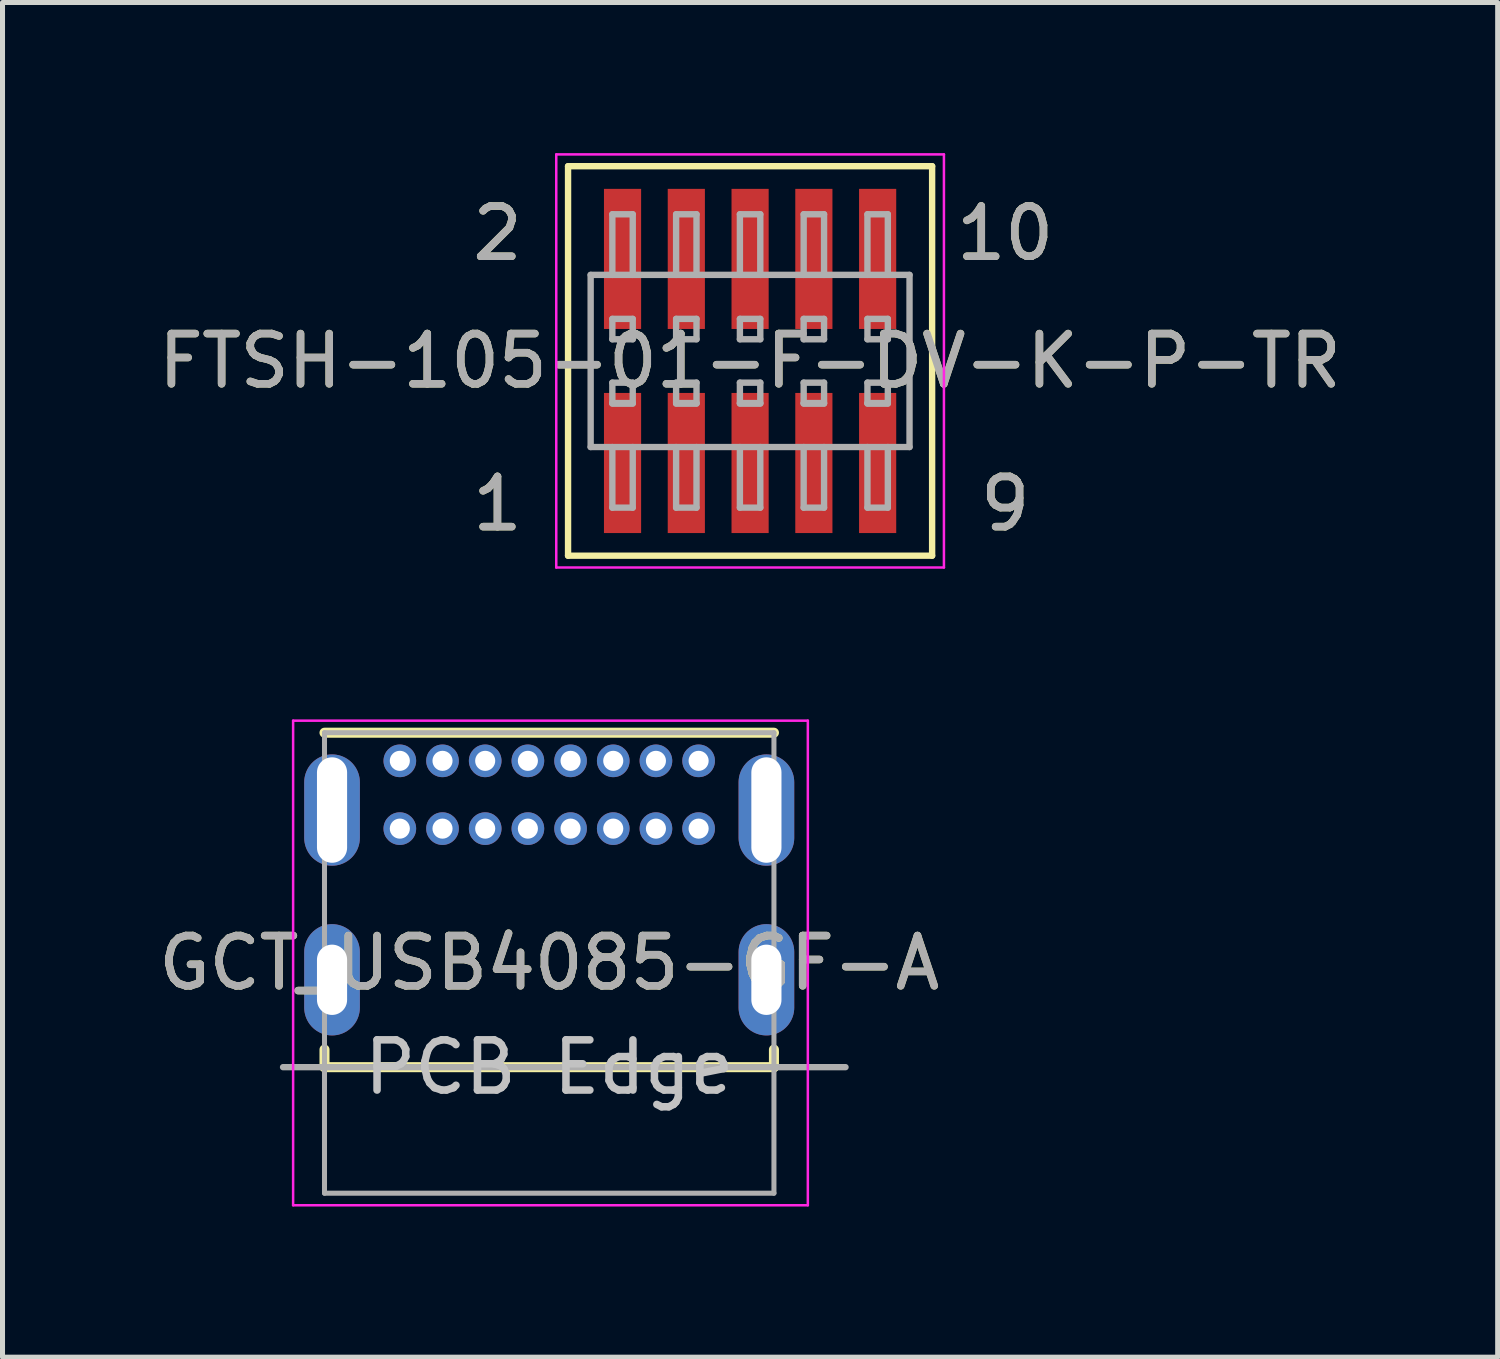
<source format=kicad_pcb>
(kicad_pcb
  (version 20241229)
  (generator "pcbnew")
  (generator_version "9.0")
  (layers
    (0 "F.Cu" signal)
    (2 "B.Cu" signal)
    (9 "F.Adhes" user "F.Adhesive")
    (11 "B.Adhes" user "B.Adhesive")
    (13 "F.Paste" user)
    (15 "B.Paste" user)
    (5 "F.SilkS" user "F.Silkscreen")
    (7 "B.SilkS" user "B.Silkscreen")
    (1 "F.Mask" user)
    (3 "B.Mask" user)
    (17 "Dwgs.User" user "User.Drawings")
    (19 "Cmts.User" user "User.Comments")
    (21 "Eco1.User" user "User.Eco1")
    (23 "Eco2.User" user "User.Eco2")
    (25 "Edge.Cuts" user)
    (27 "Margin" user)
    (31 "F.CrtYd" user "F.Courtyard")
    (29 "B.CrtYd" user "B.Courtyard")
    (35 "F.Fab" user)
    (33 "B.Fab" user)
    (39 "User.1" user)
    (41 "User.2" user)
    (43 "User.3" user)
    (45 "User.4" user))
  (footprint "GCT_USB4085-GF-A"
    (layer "F.Cu")
    (at 7.887 16.126)
    (property "Reference" "GCT_USB4085-GF-A" (at 0 0 0) (layer "F.SilkS") (effects (font (size 1 1) (thickness 0.15))))
    (attr through_hole)
    (fp_line (start -4.475 -4.585) (end 4.475 -4.585) (stroke (width 0.2) (type solid)) (layer "F.SilkS"))
    (fp_line (start -4.475 1.725) (end -4.475 2.075) (stroke (width 0.2) (type solid)) (layer "F.SilkS"))
    (fp_line (start -4.475 2.075) (end 4.475 2.075) (stroke (width 0.2) (type solid)) (layer "F.SilkS"))
    (fp_line (start 4.475 2.075) (end 4.475 1.725) (stroke (width 0.2) (type solid)) (layer "F.SilkS"))
    (fp_line (start -5.1 -4.825) (end 5.15 -4.825) (stroke (width 0.05) (type solid)) (layer "F.CrtYd"))
    (fp_line (start -5.1 4.825) (end -5.1 -4.825) (stroke (width 0.05) (type solid)) (layer "F.CrtYd"))
    (fp_line (start 5.15 -4.825) (end 5.15 4.825) (stroke (width 0.05) (type solid)) (layer "F.CrtYd"))
    (fp_line (start 5.15 4.825) (end -5.1 4.825) (stroke (width 0.05) (type solid)) (layer "F.CrtYd"))
    (fp_line (start -5.3 2.075) (end 5.9 2.075) (stroke (width 0.127) (type solid)) (layer "F.Fab"))
    (fp_line (start -4.475 -4.585) (end 4.475 -4.585) (stroke (width 0.1) (type solid)) (layer "F.Fab"))
    (fp_line (start -4.475 4.585) (end -4.475 -4.585) (stroke (width 0.1) (type solid)) (layer "F.Fab"))
    (fp_line (start 4.475 -4.585) (end 4.475 4.585) (stroke (width 0.1) (type solid)) (layer "F.Fab"))
    (fp_line (start 4.475 4.585) (end -4.475 4.585) (stroke (width 0.1) (type solid)) (layer "F.Fab"))
    (fp_text user "PCB Edge" (at 0 2.076 0) (layer "Dwgs.User") (effects (font (size 1 1) (thickness 0.15))))
    (fp_text user "${REFERENCE}" (at 0 0 0) (layer "F.Fab") (effects (font (size 1 1) (thickness 0.15))))
    (pad "A1" thru_hole circle (at -2.975 -4.025) (size 0.65 0.65) (drill 0.4) (layers "*.Cu" "*.Mask"))
    (pad "A4" thru_hole circle (at -2.125 -4.025) (size 0.65 0.65) (drill 0.4) (layers "*.Cu" "*.Mask"))
    (pad "A5" thru_hole circle (at -1.275 -4.025) (size 0.65 0.65) (drill 0.4) (layers "*.Cu" "*.Mask"))
    (pad "A6" thru_hole circle (at -0.425 -4.025) (size 0.65 0.65) (drill 0.4) (layers "*.Cu" "*.Mask"))
    (pad "A7" thru_hole circle (at 0.425 -4.025) (size 0.65 0.65) (drill 0.4) (layers "*.Cu" "*.Mask"))
    (pad "A8" thru_hole circle (at 1.275 -4.025) (size 0.65 0.65) (drill 0.4) (layers "*.Cu" "*.Mask"))
    (pad "A9" thru_hole circle (at 2.125 -4.025) (size 0.65 0.65) (drill 0.4) (layers "*.Cu" "*.Mask"))
    (pad "A12" thru_hole circle (at 2.975 -4.025) (size 0.65 0.65) (drill 0.4) (layers "*.Cu" "*.Mask"))
    (pad "B1" thru_hole circle (at 2.975 -2.675) (size 0.65 0.65) (drill 0.4) (layers "*.Cu" "*.Mask"))
    (pad "B4" thru_hole circle (at 2.125 -2.675) (size 0.65 0.65) (drill 0.4) (layers "*.Cu" "*.Mask"))
    (pad "B5" thru_hole circle (at 1.275 -2.675) (size 0.65 0.65) (drill 0.4) (layers "*.Cu" "*.Mask"))
    (pad "B6" thru_hole circle (at 0.425 -2.675) (size 0.65 0.65) (drill 0.4) (layers "*.Cu" "*.Mask"))
    (pad "B7" thru_hole circle (at -0.425 -2.675) (size 0.65 0.65) (drill 0.4) (layers "*.Cu" "*.Mask"))
    (pad "B8" thru_hole circle (at -1.275 -2.675) (size 0.65 0.65) (drill 0.4) (layers "*.Cu" "*.Mask"))
    (pad "B9" thru_hole circle (at -2.125 -2.675) (size 0.65 0.65) (drill 0.4) (layers "*.Cu" "*.Mask"))
    (pad "B12" thru_hole circle (at -2.975 -2.675) (size 0.65 0.65) (drill 0.4) (layers "*.Cu" "*.Mask"))
    (pad "P1" thru_hole oval (at -4.325 -3.045) (size 1.108 2.216) (drill oval 0.6 2.1) (layers "*.Cu" "*.Mask"))
    (pad "P2" thru_hole oval (at 4.325 -3.045) (size 1.108 2.216) (drill oval 0.6 2.1) (layers "*.Cu" "*.Mask"))
    (pad "P3" thru_hole oval (at 4.325 0.335) (size 1.108 2.216) (drill oval 0.6 1.4) (layers "*.Cu" "*.Mask"))
    (pad "P4" thru_hole oval (at -4.325 0.335) (size 1.108 2.216) (drill oval 0.6 1.4) (layers "*.Cu" "*.Mask")))
  (footprint "FTSH-105-01-F-DV-K-P-TR"
    (layer "F.Cu")
    (at 11.887 4.138)
    (property "Reference" "FTSH-105-01-F-DV-K-P-TR" (at 0 0 0) (layer "F.SilkS") (effects (font (size 1 1) (thickness 0.15))))
    (attr smd)
    (fp_line (start -3.625 -3.878) (end -3.625 3.878) (stroke (width 0.127) (type solid)) (layer "F.SilkS"))
    (fp_line (start -3.625 3.878) (end 3.625 3.878) (stroke (width 0.127) (type solid)) (layer "F.SilkS"))
    (fp_line (start 3.625 -3.878) (end -3.625 -3.878) (stroke (width 0.127) (type solid)) (layer "F.SilkS"))
    (fp_line (start 3.625 3.878) (end 3.625 -3.878) (stroke (width 0.127) (type solid)) (layer "F.SilkS"))
    (fp_poly (pts (xy -2.91 -3.427) (xy -2.17 -3.427) (xy -2.17 -0.637) (xy -2.91 -0.637)) (stroke (width 0.01) (type solid)) (fill yes) (layer "F.Paste"))
    (fp_poly (pts (xy -2.91 0.637) (xy -2.17 0.637) (xy -2.17 3.427) (xy -2.91 3.427)) (stroke (width 0.01) (type solid)) (fill yes) (layer "F.Paste"))
    (fp_poly (pts (xy -1.64 -3.427) (xy -0.9 -3.427) (xy -0.9 -0.637) (xy -1.64 -0.637)) (stroke (width 0.01) (type solid)) (fill yes) (layer "F.Paste"))
    (fp_poly (pts (xy -1.64 0.637) (xy -0.9 0.637) (xy -0.9 3.427) (xy -1.64 3.427)) (stroke (width 0.01) (type solid)) (fill yes) (layer "F.Paste"))
    (fp_poly (pts (xy -0.37 -3.427) (xy 0.37 -3.427) (xy 0.37 -0.637) (xy -0.37 -0.637)) (stroke (width 0.01) (type solid)) (fill yes) (layer "F.Paste"))
    (fp_poly (pts (xy -0.37 0.637) (xy 0.37 0.637) (xy 0.37 3.427) (xy -0.37 3.427)) (stroke (width 0.01) (type solid)) (fill yes) (layer "F.Paste"))
    (fp_poly (pts (xy 0.9 -3.427) (xy 1.64 -3.427) (xy 1.64 -0.637) (xy 0.9 -0.637)) (stroke (width 0.01) (type solid)) (fill yes) (layer "F.Paste"))
    (fp_poly (pts (xy 0.9 0.637) (xy 1.64 0.637) (xy 1.64 3.427) (xy 0.9 3.427)) (stroke (width 0.01) (type solid)) (fill yes) (layer "F.Paste"))
    (fp_poly (pts (xy 2.17 -3.427) (xy 2.91 -3.427) (xy 2.91 -0.637) (xy 2.17 -0.637)) (stroke (width 0.01) (type solid)) (fill yes) (layer "F.Paste"))
    (fp_poly (pts (xy 2.17 0.637) (xy 2.91 0.637) (xy 2.91 3.427) (xy 2.17 3.427)) (stroke (width 0.01) (type solid)) (fill yes) (layer "F.Paste"))
    (fp_line (start -3.86 -4.113) (end 3.86 -4.113) (stroke (width 0.05) (type solid)) (layer "F.CrtYd"))
    (fp_line (start -3.86 4.113) (end -3.86 -4.113) (stroke (width 0.05) (type solid)) (layer "F.CrtYd"))
    (fp_line (start 3.86 -4.113) (end 3.86 4.113) (stroke (width 0.05) (type solid)) (layer "F.CrtYd"))
    (fp_line (start 3.86 4.113) (end -3.86 4.113) (stroke (width 0.05) (type solid)) (layer "F.CrtYd"))
    (fp_line (start -3.175 -1.714) (end -3.175 1.714) (stroke (width 0.127) (type solid)) (layer "F.Fab"))
    (fp_line (start -3.175 1.714) (end 3.175 1.714) (stroke (width 0.127) (type solid)) (layer "F.Fab"))
    (fp_line (start -2.743 -1.714) (end -2.743 -2.921) (stroke (width 0.127) (type solid)) (layer "F.Fab"))
    (fp_line (start -2.743 -0.432) (end -2.743 -0.838) (stroke (width 0.127) (type solid)) (layer "F.Fab"))
    (fp_line (start -2.743 0.838) (end -2.743 0.432) (stroke (width 0.127) (type solid)) (layer "F.Fab"))
    (fp_line (start -2.743 0.851) (end -2.337 0.851) (stroke (width 0.127) (type solid)) (layer "F.Fab"))
    (fp_line (start -2.743 2.921) (end -2.743 1.714) (stroke (width 0.127) (type solid)) (layer "F.Fab"))
    (fp_line (start -2.337 -2.921) (end -2.743 -2.921) (stroke (width 0.127) (type solid)) (layer "F.Fab"))
    (fp_line (start -2.337 -2.921) (end -2.337 -1.714) (stroke (width 0.127) (type solid)) (layer "F.Fab"))
    (fp_line (start -2.337 -0.838) (end -2.743 -0.838) (stroke (width 0.127) (type solid)) (layer "F.Fab"))
    (fp_line (start -2.337 -0.432) (end -2.743 -0.432) (stroke (width 0.127) (type solid)) (layer "F.Fab"))
    (fp_line (start -2.337 -0.432) (end -2.337 -0.838) (stroke (width 0.127) (type solid)) (layer "F.Fab"))
    (fp_line (start -2.337 0.432) (end -2.743 0.432) (stroke (width 0.127) (type solid)) (layer "F.Fab"))
    (fp_line (start -2.337 0.838) (end -2.743 0.838) (stroke (width 0.127) (type solid)) (layer "F.Fab"))
    (fp_line (start -2.337 0.838) (end -2.337 0.432) (stroke (width 0.127) (type solid)) (layer "F.Fab"))
    (fp_line (start -2.337 1.714) (end -2.337 2.921) (stroke (width 0.127) (type solid)) (layer "F.Fab"))
    (fp_line (start -2.337 2.921) (end -2.743 2.921) (stroke (width 0.127) (type solid)) (layer "F.Fab"))
    (fp_line (start -1.473 -1.714) (end -1.473 -2.921) (stroke (width 0.127) (type solid)) (layer "F.Fab"))
    (fp_line (start -1.473 -0.432) (end -1.473 -0.838) (stroke (width 0.127) (type solid)) (layer "F.Fab"))
    (fp_line (start -1.473 0.838) (end -1.473 0.432) (stroke (width 0.127) (type solid)) (layer "F.Fab"))
    (fp_line (start -1.473 0.851) (end -1.067 0.851) (stroke (width 0.127) (type solid)) (layer "F.Fab"))
    (fp_line (start -1.473 2.921) (end -1.473 1.714) (stroke (width 0.127) (type solid)) (layer "F.Fab"))
    (fp_line (start -1.067 -2.921) (end -1.473 -2.921) (stroke (width 0.127) (type solid)) (layer "F.Fab"))
    (fp_line (start -1.067 -2.921) (end -1.067 -1.714) (stroke (width 0.127) (type solid)) (layer "F.Fab"))
    (fp_line (start -1.067 -0.838) (end -1.473 -0.838) (stroke (width 0.127) (type solid)) (layer "F.Fab"))
    (fp_line (start -1.067 -0.432) (end -1.473 -0.432) (stroke (width 0.127) (type solid)) (layer "F.Fab"))
    (fp_line (start -1.067 -0.432) (end -1.067 -0.838) (stroke (width 0.127) (type solid)) (layer "F.Fab"))
    (fp_line (start -1.067 0.432) (end -1.473 0.432) (stroke (width 0.127) (type solid)) (layer "F.Fab"))
    (fp_line (start -1.067 0.838) (end -1.473 0.838) (stroke (width 0.127) (type solid)) (layer "F.Fab"))
    (fp_line (start -1.067 0.838) (end -1.067 0.432) (stroke (width 0.127) (type solid)) (layer "F.Fab"))
    (fp_line (start -1.067 1.714) (end -1.067 2.921) (stroke (width 0.127) (type solid)) (layer "F.Fab"))
    (fp_line (start -1.067 2.921) (end -1.473 2.921) (stroke (width 0.127) (type solid)) (layer "F.Fab"))
    (fp_line (start -0.203 -1.714) (end -0.203 -2.921) (stroke (width 0.127) (type solid)) (layer "F.Fab"))
    (fp_line (start -0.203 -0.432) (end -0.203 -0.838) (stroke (width 0.127) (type solid)) (layer "F.Fab"))
    (fp_line (start -0.203 0.838) (end -0.203 0.432) (stroke (width 0.127) (type solid)) (layer "F.Fab"))
    (fp_line (start -0.203 0.851) (end 0.203 0.851) (stroke (width 0.127) (type solid)) (layer "F.Fab"))
    (fp_line (start -0.203 2.921) (end -0.203 1.714) (stroke (width 0.127) (type solid)) (layer "F.Fab"))
    (fp_line (start 0.203 -2.921) (end -0.203 -2.921) (stroke (width 0.127) (type solid)) (layer "F.Fab"))
    (fp_line (start 0.203 -2.921) (end 0.203 -1.714) (stroke (width 0.127) (type solid)) (layer "F.Fab"))
    (fp_line (start 0.203 -0.838) (end -0.203 -0.838) (stroke (width 0.127) (type solid)) (layer "F.Fab"))
    (fp_line (start 0.203 -0.432) (end -0.203 -0.432) (stroke (width 0.127) (type solid)) (layer "F.Fab"))
    (fp_line (start 0.203 -0.432) (end 0.203 -0.838) (stroke (width 0.127) (type solid)) (layer "F.Fab"))
    (fp_line (start 0.203 0.432) (end -0.203 0.432) (stroke (width 0.127) (type solid)) (layer "F.Fab"))
    (fp_line (start 0.203 0.838) (end -0.203 0.838) (stroke (width 0.127) (type solid)) (layer "F.Fab"))
    (fp_line (start 0.203 0.838) (end 0.203 0.432) (stroke (width 0.127) (type solid)) (layer "F.Fab"))
    (fp_line (start 0.203 1.714) (end 0.203 2.921) (stroke (width 0.127) (type solid)) (layer "F.Fab"))
    (fp_line (start 0.203 2.921) (end -0.203 2.921) (stroke (width 0.127) (type solid)) (layer "F.Fab"))
    (fp_line (start 1.067 -1.714) (end 1.067 -2.921) (stroke (width 0.127) (type solid)) (layer "F.Fab"))
    (fp_line (start 1.067 -0.432) (end 1.067 -0.838) (stroke (width 0.127) (type solid)) (layer "F.Fab"))
    (fp_line (start 1.067 0.838) (end 1.067 0.432) (stroke (width 0.127) (type solid)) (layer "F.Fab"))
    (fp_line (start 1.067 0.851) (end 1.473 0.851) (stroke (width 0.127) (type solid)) (layer "F.Fab"))
    (fp_line (start 1.067 2.921) (end 1.067 1.714) (stroke (width 0.127) (type solid)) (layer "F.Fab"))
    (fp_line (start 1.473 -2.921) (end 1.067 -2.921) (stroke (width 0.127) (type solid)) (layer "F.Fab"))
    (fp_line (start 1.473 -2.921) (end 1.473 -1.714) (stroke (width 0.127) (type solid)) (layer "F.Fab"))
    (fp_line (start 1.473 -0.838) (end 1.067 -0.838) (stroke (width 0.127) (type solid)) (layer "F.Fab"))
    (fp_line (start 1.473 -0.432) (end 1.067 -0.432) (stroke (width 0.127) (type solid)) (layer "F.Fab"))
    (fp_line (start 1.473 -0.432) (end 1.473 -0.838) (stroke (width 0.127) (type solid)) (layer "F.Fab"))
    (fp_line (start 1.473 0.432) (end 1.067 0.432) (stroke (width 0.127) (type solid)) (layer "F.Fab"))
    (fp_line (start 1.473 0.838) (end 1.067 0.838) (stroke (width 0.127) (type solid)) (layer "F.Fab"))
    (fp_line (start 1.473 0.838) (end 1.473 0.432) (stroke (width 0.127) (type solid)) (layer "F.Fab"))
    (fp_line (start 1.473 1.714) (end 1.473 2.921) (stroke (width 0.127) (type solid)) (layer "F.Fab"))
    (fp_line (start 1.473 2.921) (end 1.067 2.921) (stroke (width 0.127) (type solid)) (layer "F.Fab"))
    (fp_line (start 2.337 -1.714) (end 2.337 -2.921) (stroke (width 0.127) (type solid)) (layer "F.Fab"))
    (fp_line (start 2.337 -0.432) (end 2.337 -0.838) (stroke (width 0.127) (type solid)) (layer "F.Fab"))
    (fp_line (start 2.337 0.838) (end 2.337 0.432) (stroke (width 0.127) (type solid)) (layer "F.Fab"))
    (fp_line (start 2.337 0.851) (end 2.743 0.851) (stroke (width 0.127) (type solid)) (layer "F.Fab"))
    (fp_line (start 2.337 2.921) (end 2.337 1.714) (stroke (width 0.127) (type solid)) (layer "F.Fab"))
    (fp_line (start 2.743 -2.921) (end 2.337 -2.921) (stroke (width 0.127) (type solid)) (layer "F.Fab"))
    (fp_line (start 2.743 -2.921) (end 2.743 -1.714) (stroke (width 0.127) (type solid)) (layer "F.Fab"))
    (fp_line (start 2.743 -0.838) (end 2.337 -0.838) (stroke (width 0.127) (type solid)) (layer "F.Fab"))
    (fp_line (start 2.743 -0.432) (end 2.337 -0.432) (stroke (width 0.127) (type solid)) (layer "F.Fab"))
    (fp_line (start 2.743 -0.432) (end 2.743 -0.838) (stroke (width 0.127) (type solid)) (layer "F.Fab"))
    (fp_line (start 2.743 0.432) (end 2.337 0.432) (stroke (width 0.127) (type solid)) (layer "F.Fab"))
    (fp_line (start 2.743 0.838) (end 2.337 0.838) (stroke (width 0.127) (type solid)) (layer "F.Fab"))
    (fp_line (start 2.743 0.838) (end 2.743 0.432) (stroke (width 0.127) (type solid)) (layer "F.Fab"))
    (fp_line (start 2.743 1.714) (end 2.743 2.921) (stroke (width 0.127) (type solid)) (layer "F.Fab"))
    (fp_line (start 2.743 2.921) (end 2.337 2.921) (stroke (width 0.127) (type solid)) (layer "F.Fab"))
    (fp_line (start 3.175 -1.714) (end -3.175 -1.714) (stroke (width 0.127) (type solid)) (layer "F.Fab"))
    (fp_line (start 3.175 1.714) (end 3.175 -1.714) (stroke (width 0.127) (type solid)) (layer "F.Fab"))
    (fp_text user "9" (at 5.08 2.845 0) (layer "F.SilkS") (effects (font (size 1 1) (thickness 0.15))))
    (fp_text user "10" (at 5.08 -2.54 0) (layer "F.SilkS") (effects (font (size 1 1) (thickness 0.15))))
    (fp_text user "1" (at -5.031 2.845 0) (layer "F.SilkS") (effects (font (size 1 1) (thickness 0.15))))
    (fp_text user "2" (at -5.031 -2.54 0) (layer "F.SilkS") (effects (font (size 1 1) (thickness 0.15))))
    (fp_text user "2" (at -5.031 -2.54 0) (layer "F.Fab") (effects (font (size 1 1) (thickness 0.15))))
    (fp_text user "10" (at 5.08 -2.54 0) (layer "F.Fab") (effects (font (size 1 1) (thickness 0.15))))
    (fp_text user "1" (at -5.031 2.845 0) (layer "F.Fab") (effects (font (size 1 1) (thickness 0.15))))
    (fp_text user "9" (at 5.08 2.845 0) (layer "F.Fab") (effects (font (size 1 1) (thickness 0.15))))
    (fp_text user "${REFERENCE}" (at 0 0 0) (layer "F.Fab") (effects (font (size 1 1) (thickness 0.15))))
    (pad "1" smd rect (at -2.54 2.032) (size 0.74 2.79) (layers "F.Cu" "F.Mask" "F.Paste"))
    (pad "2" smd rect (at -2.54 -2.032) (size 0.74 2.79) (layers "F.Cu" "F.Mask" "F.Paste"))
    (pad "3" smd rect (at -1.27 2.032) (size 0.74 2.79) (layers "F.Cu" "F.Mask" "F.Paste"))
    (pad "4" smd rect (at -1.27 -2.032) (size 0.74 2.79) (layers "F.Cu" "F.Mask" "F.Paste"))
    (pad "5" smd rect (at 0 2.032) (size 0.74 2.79) (layers "F.Cu" "F.Mask" "F.Paste"))
    (pad "6" smd rect (at 0 -2.032) (size 0.74 2.79) (layers "F.Cu" "F.Mask" "F.Paste"))
    (pad "7" smd rect (at 1.27 2.032) (size 0.74 2.79) (layers "F.Cu" "F.Mask" "F.Paste"))
    (pad "8" smd rect (at 1.27 -2.032) (size 0.74 2.79) (layers "F.Cu" "F.Mask" "F.Paste"))
    (pad "9" smd rect (at 2.54 2.032) (size 0.74 2.79) (layers "F.Cu" "F.Mask" "F.Paste"))
    (pad "10" smd rect (at 2.54 -2.032) (size 0.74 2.79) (layers "F.Cu" "F.Mask" "F.Paste")))
  (gr_rect
    (start -3 -3)
    (end 26.774 23.976)
    (stroke (width 0.1) (type default))
    (fill no)
    (layer "Edge.Cuts")))
</source>
